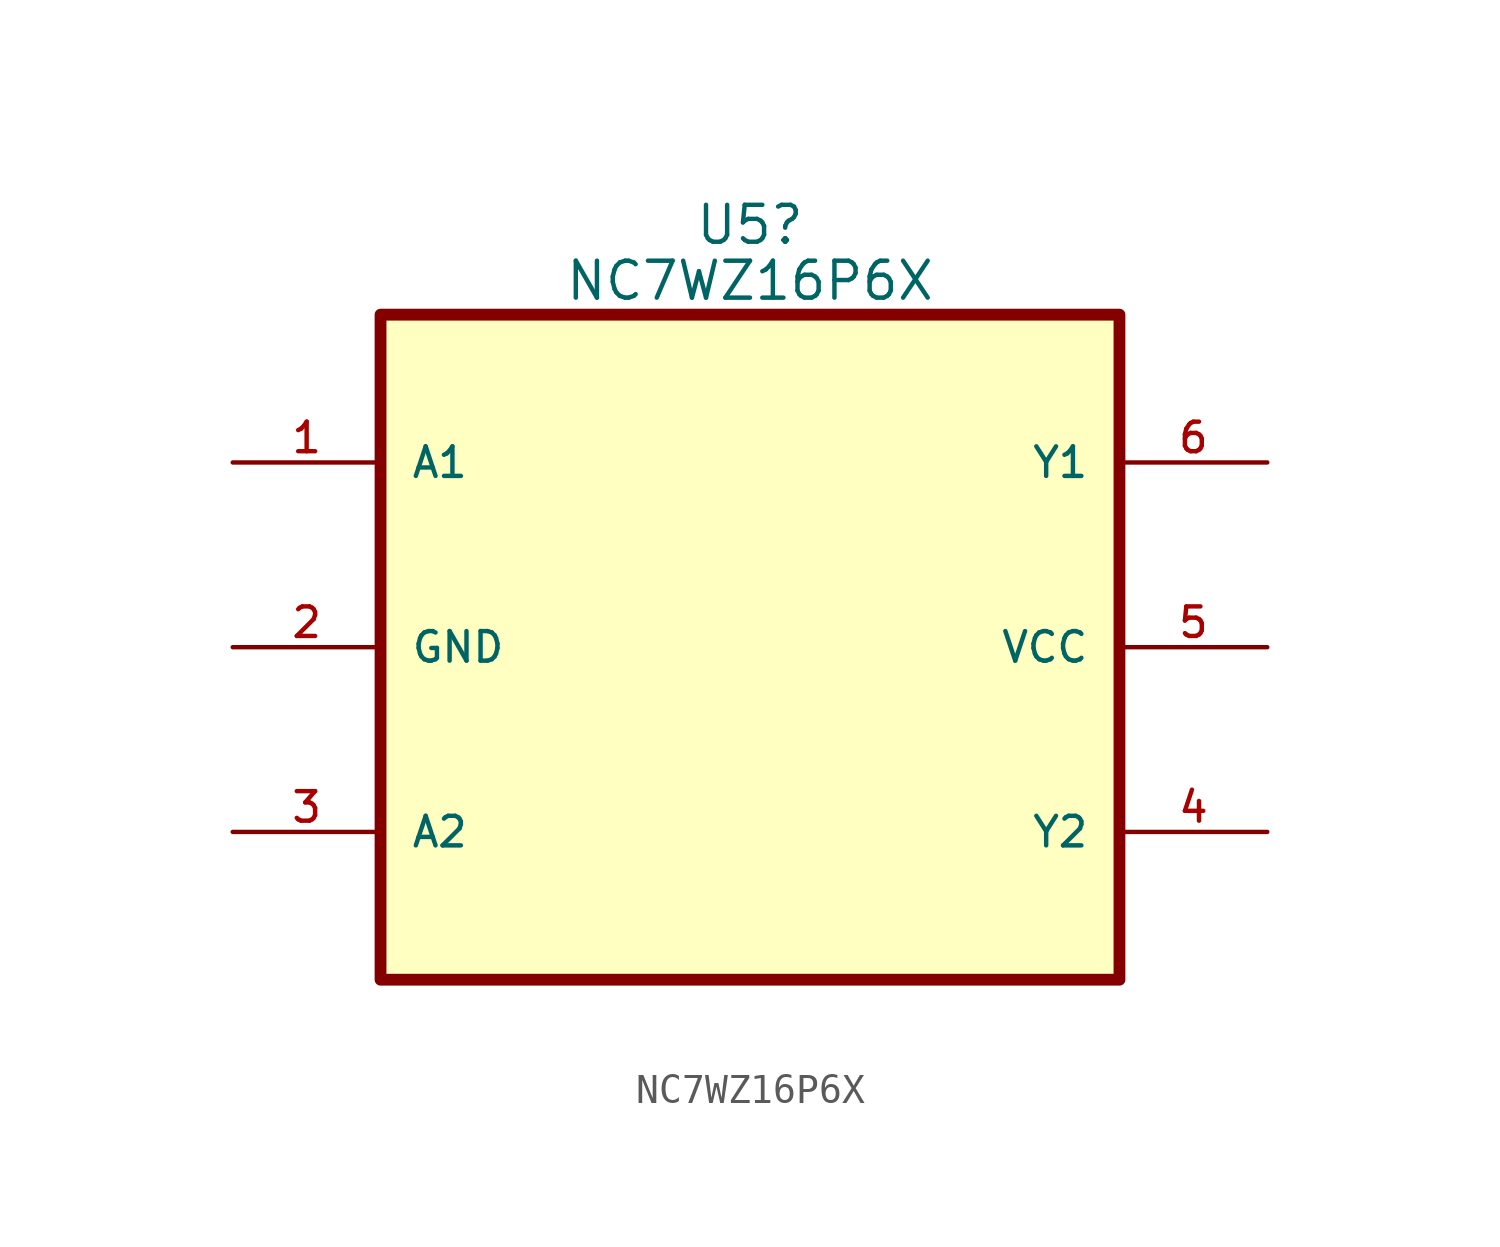
<source format=kicad_sym>
(kicad_symbol_lib
  (version 20220914)
  (generator kicad_symbol_editor)
  (symbol "NC7WZ16P6X"
    (pin_names
      (offset 1.016))
    (property "Reference" "U5"
      (at 0 10.706 0)
      (effects (font (size 1.27 1.27))))
    (property "Value" "NC7WZ16P6X"
      (at 0 8.785 0)
      (effects (font (size 1.27 1.27))))
    (symbol "NC7WZ16P6X_0_0"
      (rectangle (start -12.7 7.62) (end 12.7 -15.24) (stroke (width 0.406) (type default)) (fill (type background)))
      (pin input line (at -17.78 2.54 0) (length 5.08) (name "A1" (effects (font (size 1.016 1.016)))) (number "1" (effects (font (size 1.016 1.016)))))
      (pin passive line (at -17.78 -3.81 0) (length 5.08) (name "GND" (effects (font (size 1.016 1.016)))) (number "2" (effects (font (size 1.016 1.016)))))
      (pin input line (at -17.78 -10.16 0) (length 5.08) (name "A2" (effects (font (size 1.016 1.016)))) (number "3" (effects (font (size 1.016 1.016)))))
      (pin output line (at 17.78 -10.16 180) (length 5.08) (name "Y2" (effects (font (size 1.016 1.016)))) (number "4" (effects (font (size 1.016 1.016)))))
      (pin power_in line (at 17.78 -3.81 180) (length 5.08) (name "VCC" (effects (font (size 1.016 1.016)))) (number "5" (effects (font (size 1.016 1.016)))))
      (pin output line (at 17.78 2.54 180) (length 5.08) (name "Y1" (effects (font (size 1.016 1.016)))) (number "6" (effects (font (size 1.016 1.016))))))))
</source>
